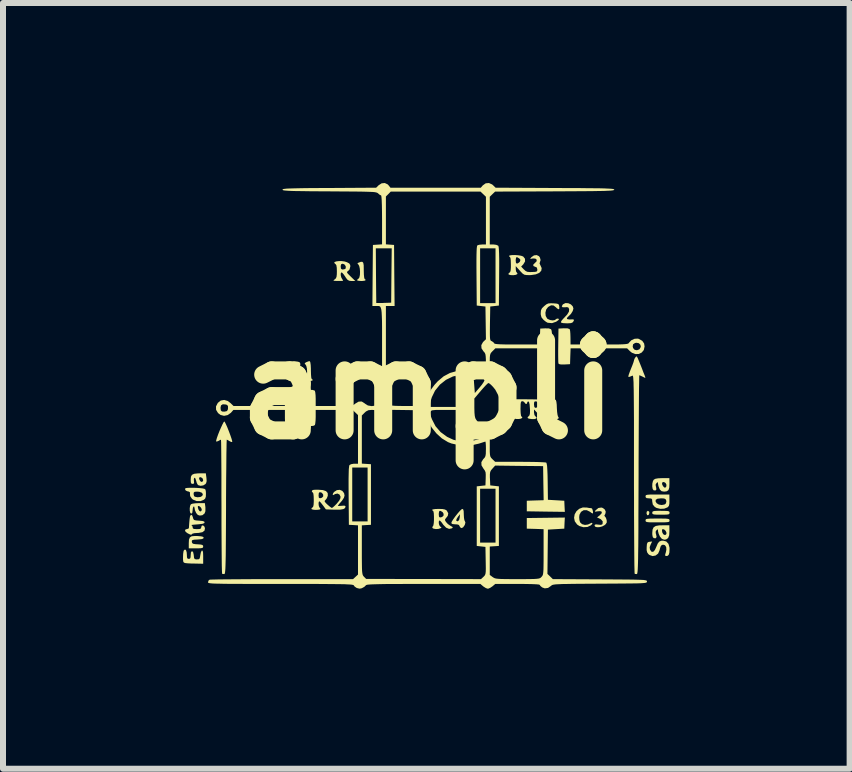
<source format=kicad_pcb>
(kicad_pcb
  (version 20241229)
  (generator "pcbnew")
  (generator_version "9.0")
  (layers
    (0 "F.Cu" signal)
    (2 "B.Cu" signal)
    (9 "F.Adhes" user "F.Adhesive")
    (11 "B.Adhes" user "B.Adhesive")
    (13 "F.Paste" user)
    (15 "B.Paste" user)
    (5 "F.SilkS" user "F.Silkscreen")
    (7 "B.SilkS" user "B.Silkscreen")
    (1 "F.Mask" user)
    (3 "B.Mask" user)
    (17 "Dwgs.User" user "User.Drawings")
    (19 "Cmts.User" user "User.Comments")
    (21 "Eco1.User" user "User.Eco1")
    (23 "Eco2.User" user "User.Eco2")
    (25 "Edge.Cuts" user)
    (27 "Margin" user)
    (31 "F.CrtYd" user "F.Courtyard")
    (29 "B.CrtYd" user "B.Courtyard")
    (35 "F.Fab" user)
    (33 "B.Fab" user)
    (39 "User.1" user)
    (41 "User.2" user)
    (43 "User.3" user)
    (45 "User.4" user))
  (footprint "ampli"
    (layer "F.Cu")
    (at 4.086 3.444)
    (property "Reference" "ampli" (at 0 0 0) (layer "F.SilkS") (effects (font (size 1.5 1.5) (thickness 0.3))))
    (attr board_only exclude_from_pos_files exclude_from_bom)
    (fp_poly (pts (xy 3.681 2.032) (xy 3.686 2.05) (xy 3.678 2.081) (xy 3.661 2.094) (xy 3.648 2.088) (xy 3.638 2.062) (xy 3.642 2.034) (xy 3.66 2.019) (xy 3.662 2.019)) (stroke (width 0) (type solid)) (fill yes) (layer "F.SilkS"))
    (fp_poly (pts (xy 3.947 2.02) (xy 3.989 2.022) (xy 4.012 2.028) (xy 4.021 2.039) (xy 4.022 2.051) (xy 4.02 2.066) (xy 4.009 2.076) (xy 3.982 2.081) (xy 3.935 2.083) (xy 3.878 2.083) (xy 3.81 2.083) (xy 3.767 2.08) (xy 3.744 2.074) (xy 3.735 2.064) (xy 3.734 2.051) (xy 3.736 2.036) (xy 3.748 2.027) (xy 3.774 2.021) (xy 3.821 2.019) (xy 3.878 2.019)) (stroke (width 0) (type solid)) (fill yes) (layer "F.SilkS"))
    (fp_poly (pts (xy 3.905 2.148) (xy 3.961 2.149) (xy 3.996 2.153) (xy 4.014 2.159) (xy 4.021 2.169) (xy 4.022 2.179) (xy 4.021 2.193) (xy 4.012 2.202) (xy 3.99 2.207) (xy 3.951 2.21) (xy 3.89 2.211) (xy 3.822 2.211) (xy 3.739 2.211) (xy 3.683 2.21) (xy 3.648 2.206) (xy 3.63 2.2) (xy 3.623 2.19) (xy 3.622 2.179) (xy 3.624 2.166) (xy 3.632 2.157) (xy 3.654 2.152) (xy 3.693 2.149) (xy 3.754 2.148) (xy 3.822 2.147)) (stroke (width 0) (type solid)) (fill yes) (layer "F.SilkS"))
    (fp_poly (pts (xy 2.128 0.174) (xy 2.136 0.201) (xy 2.142 0.25) (xy 2.144 0.304) (xy 2.148 0.368) (xy 2.155 0.418) (xy 2.163 0.447) (xy 2.166 0.45) (xy 2.176 0.471) (xy 2.173 0.478) (xy 2.149 0.491) (xy 2.11 0.492) (xy 2.071 0.484) (xy 2.049 0.47) (xy 2.041 0.453) (xy 2.057 0.449) (xy 2.071 0.444) (xy 2.079 0.424) (xy 2.083 0.384) (xy 2.083 0.33) (xy 2.081 0.257) (xy 2.072 0.215) (xy 2.063 0.203) (xy 2.056 0.191) (xy 2.069 0.176) (xy 2.094 0.165) (xy 2.115 0.164)) (stroke (width 0) (type solid)) (fill yes) (layer "F.SilkS"))
    (fp_poly (pts (xy -1.971 -0.473) (xy -1.964 -0.453) (xy -1.958 -0.41) (xy -1.955 -0.35) (xy -1.955 -0.32) (xy -1.953 -0.251) (xy -1.949 -0.202) (xy -1.942 -0.178) (xy -1.939 -0.176) (xy -1.923 -0.164) (xy -1.923 -0.16) (xy -1.937 -0.15) (xy -1.97 -0.145) (xy -2.009 -0.145) (xy -2.043 -0.15) (xy -2.058 -0.159) (xy -2.054 -0.176) (xy -2.043 -0.182) (xy -2.028 -0.203) (xy -2.02 -0.245) (xy -2.018 -0.298) (xy -2.021 -0.351) (xy -2.031 -0.395) (xy -2.044 -0.418) (xy -2.059 -0.434) (xy -2.049 -0.448) (xy -2.028 -0.46) (xy -1.993 -0.473)) (stroke (width 0) (type solid)) (fill yes) (layer "F.SilkS"))
    (fp_poly (pts (xy -1.096 -2.13) (xy -1.082 -2.113) (xy -1.075 -2.073) (xy -1.074 -2.006) (xy -1.074 -1.987) (xy -1.072 -1.918) (xy -1.067 -1.869) (xy -1.06 -1.845) (xy -1.058 -1.843) (xy -1.042 -1.831) (xy -1.042 -1.827) (xy -1.056 -1.817) (xy -1.092 -1.812) (xy -1.114 -1.811) (xy -1.157 -1.814) (xy -1.183 -1.821) (xy -1.186 -1.825) (xy -1.173 -1.843) (xy -1.162 -1.849) (xy -1.147 -1.87) (xy -1.138 -1.912) (xy -1.136 -1.965) (xy -1.14 -2.018) (xy -1.15 -2.062) (xy -1.163 -2.085) (xy -1.18 -2.102) (xy -1.169 -2.113) (xy -1.159 -2.117) (xy -1.121 -2.131)) (stroke (width 0) (type solid)) (fill yes) (layer "F.SilkS"))
    (fp_poly (pts (xy -3.843 2.439) (xy -3.785 2.444) (xy -3.753 2.452) (xy -3.742 2.465) (xy -3.742 2.468) (xy -3.75 2.482) (xy -3.778 2.491) (xy -3.832 2.496) (xy -3.843 2.497) (xy -3.898 2.5) (xy -3.928 2.506) (xy -3.939 2.517) (xy -3.939 2.536) (xy -3.939 2.537) (xy -3.933 2.557) (xy -3.914 2.569) (xy -3.877 2.575) (xy -3.842 2.577) (xy -3.789 2.581) (xy -3.761 2.589) (xy -3.751 2.602) (xy -3.75 2.613) (xy -3.753 2.629) (xy -3.766 2.638) (xy -3.797 2.643) (xy -3.851 2.644) (xy -3.87 2.644) (xy -3.99 2.644) (xy -3.99 2.558) (xy -3.987 2.499) (xy -3.972 2.462) (xy -3.942 2.443) (xy -3.888 2.438)) (stroke (width 0) (type solid)) (fill yes) (layer "F.SilkS"))
    (fp_poly (pts (xy -2.218 -0.473) (xy -2.168 -0.466) (xy -2.142 -0.456) (xy -2.133 -0.44) (xy -2.131 -0.416) (xy -2.136 -0.379) (xy -2.152 -0.371) (xy -2.181 -0.393) (xy -2.187 -0.401) (xy -2.23 -0.427) (xy -2.268 -0.433) (xy -2.306 -0.427) (xy -2.331 -0.405) (xy -2.346 -0.378) (xy -2.368 -0.318) (xy -2.367 -0.271) (xy -2.343 -0.23) (xy -2.297 -0.193) (xy -2.245 -0.186) (xy -2.206 -0.201) (xy -2.159 -0.22) (xy -2.133 -0.222) (xy -2.132 -0.209) (xy -2.157 -0.185) (xy -2.178 -0.172) (xy -2.25 -0.145) (xy -2.319 -0.15) (xy -2.384 -0.186) (xy -2.397 -0.199) (xy -2.44 -0.255) (xy -2.451 -0.312) (xy -2.432 -0.373) (xy -2.426 -0.384) (xy -2.378 -0.44) (xy -2.315 -0.47) (xy -2.235 -0.475)) (stroke (width 0) (type solid)) (fill yes) (layer "F.SilkS"))
    (fp_poly (pts (xy 2.642 1.964) (xy 2.685 1.972) (xy 2.716 1.974) (xy 2.718 1.974) (xy 2.733 1.985) (xy 2.743 2.018) (xy 2.744 2.019) (xy 2.747 2.054) (xy 2.74 2.064) (xy 2.717 2.051) (xy 2.697 2.035) (xy 2.642 2.008) (xy 2.59 2.009) (xy 2.547 2.036) (xy 2.521 2.084) (xy 2.516 2.124) (xy 2.52 2.172) (xy 2.531 2.21) (xy 2.532 2.211) (xy 2.564 2.241) (xy 2.612 2.254) (xy 2.663 2.247) (xy 2.686 2.236) (xy 2.722 2.219) (xy 2.738 2.222) (xy 2.73 2.242) (xy 2.71 2.261) (xy 2.654 2.288) (xy 2.587 2.292) (xy 2.521 2.273) (xy 2.482 2.247) (xy 2.443 2.194) (xy 2.431 2.136) (xy 2.441 2.077) (xy 2.471 2.025) (xy 2.517 1.985) (xy 2.576 1.963)) (stroke (width 0) (type solid)) (fill yes) (layer "F.SilkS"))
    (fp_poly (pts (xy 0.583 1.995) (xy 0.591 2.023) (xy 0.593 2.077) (xy 0.593 2.08) (xy 0.596 2.134) (xy 0.603 2.175) (xy 0.611 2.191) (xy 0.62 2.214) (xy 0.61 2.252) (xy 0.607 2.258) (xy 0.582 2.294) (xy 0.555 2.307) (xy 0.532 2.293) (xy 0.524 2.276) (xy 0.511 2.254) (xy 0.482 2.245) (xy 0.45 2.244) (xy 0.403 2.239) (xy 0.385 2.224) (xy 0.385 2.222) (xy 0.394 2.197) (xy 0.403 2.183) (xy 0.467 2.183) (xy 0.484 2.193) (xy 0.493 2.192) (xy 0.515 2.174) (xy 0.525 2.131) (xy 0.53 2.075) (xy 0.498 2.115) (xy 0.472 2.156) (xy 0.467 2.183) (xy 0.403 2.183) (xy 0.419 2.157) (xy 0.454 2.109) (xy 0.492 2.061) (xy 0.528 2.02) (xy 0.557 1.993) (xy 0.569 1.987)) (stroke (width 0) (type solid)) (fill yes) (layer "F.SilkS"))
    (fp_poly (pts (xy 2.334 -1.441) (xy 2.378 -1.421) (xy 2.41 -1.387) (xy 2.42 -1.352) (xy 2.408 -1.31) (xy 2.379 -1.263) (xy 2.339 -1.223) (xy 2.336 -1.221) (xy 2.311 -1.194) (xy 2.315 -1.177) (xy 2.349 -1.17) (xy 2.36 -1.17) (xy 2.406 -1.172) (xy 2.427 -1.168) (xy 2.428 -1.154) (xy 2.42 -1.138) (xy 2.404 -1.119) (xy 2.377 -1.109) (xy 2.33 -1.106) (xy 2.307 -1.106) (xy 2.247 -1.109) (xy 2.217 -1.117) (xy 2.211 -1.126) (xy 2.222 -1.149) (xy 2.249 -1.181) (xy 2.261 -1.193) (xy 2.316 -1.252) (xy 2.345 -1.3) (xy 2.349 -1.341) (xy 2.347 -1.347) (xy 2.335 -1.37) (xy 2.31 -1.376) (xy 2.282 -1.373) (xy 2.241 -1.373) (xy 2.226 -1.388) (xy 2.24 -1.416) (xy 2.247 -1.423) (xy 2.286 -1.443)) (stroke (width 0) (type solid)) (fill yes) (layer "F.SilkS"))
    (fp_poly (pts (xy 2.906 1.97) (xy 2.943 1.997) (xy 2.959 2.034) (xy 2.951 2.072) (xy 2.947 2.077) (xy 2.935 2.101) (xy 2.945 2.113) (xy 2.962 2.136) (xy 2.974 2.174) (xy 2.976 2.212) (xy 2.958 2.241) (xy 2.94 2.257) (xy 2.9 2.279) (xy 2.853 2.291) (xy 2.811 2.292) (xy 2.781 2.282) (xy 2.772 2.266) (xy 2.778 2.249) (xy 2.801 2.245) (xy 2.835 2.249) (xy 2.879 2.253) (xy 2.901 2.244) (xy 2.906 2.235) (xy 2.908 2.194) (xy 2.879 2.161) (xy 2.857 2.149) (xy 2.814 2.129) (xy 2.86 2.093) (xy 2.891 2.059) (xy 2.893 2.035) (xy 2.867 2.024) (xy 2.824 2.027) (xy 2.787 2.033) (xy 2.777 2.029) (xy 2.787 2.013) (xy 2.788 2.012) (xy 2.835 1.972) (xy 2.885 1.964)) (stroke (width 0) (type solid)) (fill yes) (layer "F.SilkS"))
    (fp_poly (pts (xy -3.713 1.959) (xy -3.713 2.026) (xy -3.727 2.063) (xy -3.763 2.092) (xy -3.808 2.098) (xy -3.84 2.087) (xy -3.867 2.055) (xy -3.888 2.008) (xy -3.894 1.971) (xy -3.897 1.961) (xy -3.839 1.961) (xy -3.83 1.994) (xy -3.811 2.024) (xy -3.789 2.029) (xy -3.775 2.01) (xy -3.774 1.996) (xy -3.784 1.969) (xy -3.806 1.946) (xy -3.829 1.938) (xy -3.838 1.941) (xy -3.839 1.961) (xy -3.897 1.961) (xy -3.9 1.948) (xy -3.91 1.947) (xy -3.921 1.968) (xy -3.926 2.007) (xy -3.926 2.012) (xy -3.932 2.053) (xy -3.949 2.067) (xy -3.95 2.067) (xy -3.965 2.053) (xy -3.973 2.019) (xy -3.974 1.977) (xy -3.968 1.936) (xy -3.955 1.91) (xy -3.929 1.9) (xy -3.879 1.893) (xy -3.829 1.891) (xy -3.722 1.891)) (stroke (width 0) (type solid)) (fill yes) (layer "F.SilkS"))
    (fp_poly (pts (xy -3.696 1.469) (xy -3.692 1.523) (xy -3.701 1.557) (xy -3.712 1.573) (xy -3.748 1.595) (xy -3.793 1.602) (xy -3.831 1.592) (xy -3.842 1.582) (xy -3.857 1.553) (xy -3.869 1.511) (xy -3.87 1.51) (xy -3.881 1.477) (xy -3.882 1.477) (xy -3.819 1.477) (xy -3.811 1.504) (xy -3.794 1.529) (xy -3.774 1.538) (xy -3.754 1.525) (xy -3.75 1.506) (xy -3.763 1.474) (xy -3.792 1.458) (xy -3.812 1.461) (xy -3.819 1.477) (xy -3.882 1.477) (xy -3.895 1.467) (xy -3.897 1.468) (xy -3.906 1.489) (xy -3.904 1.524) (xy -3.901 1.557) (xy -3.914 1.569) (xy -3.927 1.57) (xy -3.946 1.566) (xy -3.956 1.545) (xy -3.958 1.502) (xy -3.958 1.499) (xy -3.954 1.45) (xy -3.937 1.419) (xy -3.901 1.402) (xy -3.842 1.395) (xy -3.801 1.394) (xy -3.706 1.394)) (stroke (width 0) (type solid)) (fill yes) (layer "F.SilkS"))
    (fp_poly (pts (xy 4.02 1.566) (xy 4.017 1.632) (xy 4.004 1.673) (xy 3.976 1.693) (xy 3.933 1.699) (xy 3.89 1.692) (xy 3.863 1.667) (xy 3.854 1.651) (xy 3.837 1.607) (xy 3.831 1.573) (xy 3.897 1.573) (xy 3.911 1.604) (xy 3.934 1.631) (xy 3.958 1.629) (xy 3.966 1.618) (xy 3.971 1.586) (xy 3.956 1.555) (xy 3.929 1.539) (xy 3.925 1.538) (xy 3.899 1.547) (xy 3.897 1.573) (xy 3.831 1.573) (xy 3.83 1.568) (xy 3.828 1.543) (xy 3.815 1.547) (xy 3.805 1.556) (xy 3.789 1.584) (xy 3.796 1.621) (xy 3.797 1.623) (xy 3.803 1.662) (xy 3.788 1.68) (xy 3.757 1.677) (xy 3.741 1.655) (xy 3.734 1.615) (xy 3.735 1.567) (xy 3.745 1.524) (xy 3.759 1.5) (xy 3.786 1.485) (xy 3.832 1.477) (xy 3.902 1.474) (xy 4.019 1.474)) (stroke (width 0) (type solid)) (fill yes) (layer "F.SilkS"))
    (fp_poly (pts (xy -3.939 1.635) (xy -3.872 1.636) (xy -3.808 1.64) (xy -3.764 1.645) (xy -3.729 1.652) (xy -3.712 1.665) (xy -3.706 1.694) (xy -3.704 1.732) (xy -3.706 1.783) (xy -3.717 1.815) (xy -3.738 1.834) (xy -3.795 1.857) (xy -3.86 1.856) (xy -3.918 1.833) (xy -3.937 1.818) (xy -3.967 1.774) (xy -3.97 1.739) (xy -3.97 1.737) (xy -3.91 1.737) (xy -3.903 1.77) (xy -3.89 1.784) (xy -3.843 1.793) (xy -3.797 1.788) (xy -3.766 1.771) (xy -3.755 1.741) (xy -3.773 1.717) (xy -3.813 1.702) (xy -3.848 1.699) (xy -3.889 1.701) (xy -3.906 1.712) (xy -3.91 1.737) (xy -3.91 1.737) (xy -3.97 1.737) (xy -3.971 1.709) (xy -3.992 1.697) (xy -4.005 1.696) (xy -4.039 1.682) (xy -4.051 1.663) (xy -4.051 1.648) (xy -4.037 1.64) (xy -4.004 1.636) (xy -3.947 1.635)) (stroke (width 0) (type solid)) (fill yes) (layer "F.SilkS"))
    (fp_poly (pts (xy 4.02 1.842) (xy 4.019 1.899) (xy 4.012 1.933) (xy 3.997 1.954) (xy 3.986 1.962) (xy 3.933 1.983) (xy 3.868 1.986) (xy 3.806 1.971) (xy 3.776 1.954) (xy 3.743 1.915) (xy 3.734 1.866) (xy 3.734 1.865) (xy 3.79 1.865) (xy 3.808 1.893) (xy 3.845 1.915) (xy 3.892 1.922) (xy 3.937 1.914) (xy 3.958 1.9) (xy 3.969 1.867) (xy 3.966 1.844) (xy 3.954 1.823) (xy 3.929 1.813) (xy 3.88 1.811) (xy 3.879 1.811) (xy 3.821 1.817) (xy 3.791 1.836) (xy 3.79 1.865) (xy 3.734 1.865) (xy 3.731 1.829) (xy 3.717 1.814) (xy 3.681 1.811) (xy 3.678 1.811) (xy 3.639 1.807) (xy 3.624 1.793) (xy 3.622 1.779) (xy 3.624 1.765) (xy 3.633 1.756) (xy 3.654 1.751) (xy 3.693 1.748) (xy 3.755 1.747) (xy 3.82 1.747) (xy 4.019 1.747)) (stroke (width 0) (type solid)) (fill yes) (layer "F.SilkS"))
    (fp_poly (pts (xy 4.02 2.355) (xy 4.016 2.427) (xy 3.998 2.473) (xy 3.964 2.496) (xy 3.933 2.5) (xy 3.894 2.486) (xy 3.862 2.448) (xy 3.841 2.402) (xy 3.83 2.36) (xy 3.83 2.356) (xy 3.83 2.349) (xy 3.896 2.349) (xy 3.901 2.379) (xy 3.917 2.409) (xy 3.942 2.422) (xy 3.963 2.416) (xy 3.972 2.392) (xy 3.971 2.385) (xy 3.958 2.354) (xy 3.934 2.331) (xy 3.909 2.323) (xy 3.901 2.327) (xy 3.896 2.349) (xy 3.83 2.349) (xy 3.828 2.329) (xy 3.817 2.331) (xy 3.805 2.341) (xy 3.79 2.367) (xy 3.794 2.401) (xy 3.798 2.412) (xy 3.806 2.454) (xy 3.793 2.476) (xy 3.762 2.475) (xy 3.761 2.475) (xy 3.743 2.458) (xy 3.735 2.42) (xy 3.734 2.389) (xy 3.739 2.331) (xy 3.757 2.293) (xy 3.792 2.271) (xy 3.851 2.261) (xy 3.906 2.26) (xy 4.019 2.26)) (stroke (width 0) (type solid)) (fill yes) (layer "F.SilkS"))
    (fp_poly (pts (xy 2.084 -1.439) (xy 2.136 -1.435) (xy 2.165 -1.428) (xy 2.178 -1.414) (xy 2.184 -1.389) (xy 2.185 -1.35) (xy 2.172 -1.339) (xy 2.144 -1.357) (xy 2.131 -1.371) (xy 2.089 -1.403) (xy 2.048 -1.406) (xy 2.001 -1.38) (xy 1.997 -1.377) (xy 1.966 -1.336) (xy 1.953 -1.282) (xy 1.958 -1.229) (xy 1.982 -1.186) (xy 1.991 -1.179) (xy 2.031 -1.161) (xy 2.075 -1.154) (xy 2.111 -1.16) (xy 2.123 -1.17) (xy 2.143 -1.183) (xy 2.167 -1.185) (xy 2.179 -1.174) (xy 2.179 -1.173) (xy 2.167 -1.157) (xy 2.137 -1.136) (xy 2.133 -1.133) (xy 2.064 -1.109) (xy 1.995 -1.115) (xy 1.987 -1.117) (xy 1.96 -1.133) (xy 1.924 -1.162) (xy 1.919 -1.167) (xy 1.888 -1.205) (xy 1.876 -1.251) (xy 1.875 -1.275) (xy 1.879 -1.322) (xy 1.896 -1.357) (xy 1.933 -1.393) (xy 1.969 -1.422) (xy 2.001 -1.437) (xy 2.043 -1.44)) (stroke (width 0) (type solid)) (fill yes) (layer "F.SilkS"))
    (fp_poly (pts (xy -4.036 2.675) (xy -4.025 2.71) (xy -4.022 2.749) (xy -4.02 2.794) (xy -4.011 2.815) (xy -3.992 2.82) (xy -3.99 2.82) (xy -3.969 2.815) (xy -3.96 2.793) (xy -3.958 2.756) (xy -3.954 2.711) (xy -3.94 2.693) (xy -3.935 2.692) (xy -3.918 2.706) (xy -3.908 2.75) (xy -3.907 2.76) (xy -3.902 2.803) (xy -3.891 2.823) (xy -3.867 2.828) (xy -3.854 2.828) (xy -3.824 2.826) (xy -3.808 2.812) (xy -3.801 2.779) (xy -3.798 2.758) (xy -3.789 2.713) (xy -3.776 2.685) (xy -3.77 2.68) (xy -3.759 2.686) (xy -3.752 2.714) (xy -3.75 2.77) (xy -3.75 2.787) (xy -3.75 2.901) (xy -3.882 2.898) (xy -3.949 2.897) (xy -4.007 2.894) (xy -4.045 2.89) (xy -4.05 2.889) (xy -4.071 2.882) (xy -4.082 2.865) (xy -4.086 2.829) (xy -4.086 2.791) (xy -4.084 2.737) (xy -4.078 2.695) (xy -4.072 2.678) (xy -4.053 2.663)) (stroke (width 0) (type solid)) (fill yes) (layer "F.SilkS"))
    (fp_poly (pts (xy 3.968 2.53) (xy 4.004 2.569) (xy 4.021 2.63) (xy 4.022 2.651) (xy 4.019 2.716) (xy 4.007 2.754) (xy 3.985 2.771) (xy 3.971 2.772) (xy 3.948 2.766) (xy 3.95 2.744) (xy 3.961 2.708) (xy 3.969 2.667) (xy 3.966 2.623) (xy 3.946 2.592) (xy 3.914 2.583) (xy 3.902 2.586) (xy 3.884 2.596) (xy 3.872 2.616) (xy 3.861 2.654) (xy 3.855 2.679) (xy 3.831 2.732) (xy 3.789 2.764) (xy 3.739 2.773) (xy 3.688 2.755) (xy 3.669 2.74) (xy 3.649 2.711) (xy 3.64 2.674) (xy 3.641 2.623) (xy 3.645 2.574) (xy 3.654 2.549) (xy 3.671 2.538) (xy 3.689 2.535) (xy 3.732 2.53) (xy 3.707 2.581) (xy 3.691 2.624) (xy 3.695 2.659) (xy 3.7 2.671) (xy 3.723 2.702) (xy 3.75 2.702) (xy 3.777 2.673) (xy 3.801 2.621) (xy 3.825 2.564) (xy 3.85 2.532) (xy 3.883 2.518) (xy 3.914 2.516)) (stroke (width 0) (type solid)) (fill yes) (layer "F.SilkS"))
    (fp_poly (pts (xy -3.935 2.093) (xy -3.921 2.128) (xy -3.921 2.131) (xy -3.913 2.157) (xy -3.899 2.172) (xy -3.869 2.179) (xy -3.819 2.183) (xy -3.763 2.188) (xy -3.734 2.197) (xy -3.726 2.211) (xy -3.734 2.225) (xy -3.761 2.235) (xy -3.813 2.242) (xy -3.846 2.245) (xy -3.9 2.249) (xy -3.936 2.253) (xy -3.948 2.256) (xy -3.946 2.257) (xy -3.93 2.273) (xy -3.926 2.292) (xy -3.921 2.312) (xy -3.902 2.321) (xy -3.859 2.324) (xy -3.854 2.324) (xy -3.809 2.322) (xy -3.788 2.313) (xy -3.782 2.294) (xy -3.782 2.29) (xy -3.773 2.266) (xy -3.753 2.262) (xy -3.732 2.278) (xy -3.72 2.307) (xy -3.728 2.349) (xy -3.763 2.375) (xy -3.826 2.387) (xy -3.848 2.388) (xy -3.895 2.391) (xy -3.927 2.399) (xy -3.934 2.404) (xy -3.946 2.416) (xy -3.965 2.415) (xy -4 2.398) (xy -4.01 2.393) (xy -4.043 2.368) (xy -4.053 2.344) (xy -4.041 2.327) (xy -4.022 2.324) (xy -3.995 2.315) (xy -3.988 2.304) (xy -3.986 2.277) (xy -3.983 2.231) (xy -3.981 2.205) (xy -3.976 2.154) (xy -3.97 2.115) (xy -3.967 2.105) (xy -3.952 2.084)) (stroke (width 0) (type solid)) (fill yes) (layer "F.SilkS"))
    (fp_poly (pts (xy -2.224 0.003) (xy -2.204 0.013) (xy -2.191 0.034) (xy -2.184 0.07) (xy -2.181 0.125) (xy -2.181 0.204) (xy -2.182 0.311) (xy -2.183 0.337) (xy -2.187 0.601) (xy -2.276 0.606) (xy -2.327 0.606) (xy -2.364 0.603) (xy -2.376 0.599) (xy -2.382 0.579) (xy -2.386 0.535) (xy -2.388 0.476) (xy -2.388 0.462) (xy -2.388 0.337) (xy -2.817 0.337) (xy -3.246 0.337) (xy -3.288 0.385) (xy -3.341 0.423) (xy -3.402 0.436) (xy -3.461 0.421) (xy -3.502 0.39) (xy -3.535 0.336) (xy -3.536 0.301) (xy -3.461 0.301) (xy -3.456 0.345) (xy -3.436 0.364) (xy -3.394 0.366) (xy -3.39 0.365) (xy -3.355 0.357) (xy -3.34 0.335) (xy -3.336 0.309) (xy -3.337 0.272) (xy -3.353 0.254) (xy -3.372 0.247) (xy -3.423 0.243) (xy -3.453 0.262) (xy -3.461 0.301) (xy -3.536 0.301) (xy -3.536 0.278) (xy -3.506 0.22) (xy -3.505 0.219) (xy -3.457 0.181) (xy -3.4 0.171) (xy -3.339 0.189) (xy -3.295 0.223) (xy -3.244 0.272) (xy -2.816 0.272) (xy -2.389 0.272) (xy -2.384 0.14) (xy -2.38 0.008) (xy -2.288 0.003) (xy -2.251 0.001)) (stroke (width 0) (type solid)) (fill yes) (layer "F.SilkS"))
    (fp_poly (pts (xy -1.441 -2.143) (xy -1.392 -2.136) (xy -1.354 -2.124) (xy -1.316 -2.104) (xy -1.3 -2.078) (xy -1.298 -2.053) (xy -1.311 -2.003) (xy -1.332 -1.981) (xy -1.349 -1.968) (xy -1.353 -1.954) (xy -1.34 -1.934) (xy -1.308 -1.902) (xy -1.29 -1.884) (xy -1.215 -1.811) (xy -1.277 -1.811) (xy -1.315 -1.815) (xy -1.342 -1.829) (xy -1.369 -1.861) (xy -1.383 -1.884) (xy -1.411 -1.924) (xy -1.435 -1.95) (xy -1.444 -1.955) (xy -1.456 -1.942) (xy -1.458 -1.911) (xy -1.45 -1.874) (xy -1.434 -1.843) (xy -1.432 -1.84) (xy -1.419 -1.824) (xy -1.422 -1.815) (xy -1.446 -1.812) (xy -1.496 -1.812) (xy -1.5 -1.812) (xy -1.552 -1.813) (xy -1.576 -1.816) (xy -1.577 -1.823) (xy -1.56 -1.837) (xy -1.558 -1.838) (xy -1.539 -1.855) (xy -1.528 -1.88) (xy -1.523 -1.921) (xy -1.522 -1.972) (xy -1.524 -2.034) (xy -1.527 -2.051) (xy -1.458 -2.051) (xy -1.454 -2.017) (xy -1.436 -2.004) (xy -1.42 -2.003) (xy -1.387 -2.01) (xy -1.374 -2.023) (xy -1.375 -2.059) (xy -1.398 -2.089) (xy -1.427 -2.099) (xy -1.45 -2.091) (xy -1.458 -2.063) (xy -1.458 -2.051) (xy -1.527 -2.051) (xy -1.53 -2.072) (xy -1.543 -2.092) (xy -1.55 -2.097) (xy -1.567 -2.114) (xy -1.558 -2.128) (xy -1.53 -2.138) (xy -1.489 -2.143)) (stroke (width 0) (type solid)) (fill yes) (layer "F.SilkS"))
    (fp_poly (pts (xy 2.321 -1.022) (xy 2.354 -1.011) (xy 2.358 -1.007) (xy 2.365 -0.981) (xy 2.369 -0.933) (xy 2.371 -0.873) (xy 2.371 -0.869) (xy 2.372 -0.753) (xy 2.852 -0.753) (xy 2.989 -0.753) (xy 3.097 -0.754) (xy 3.18 -0.754) (xy 3.241 -0.756) (xy 3.285 -0.759) (xy 3.314 -0.763) (xy 3.331 -0.768) (xy 3.342 -0.775) (xy 3.348 -0.784) (xy 3.35 -0.787) (xy 3.386 -0.824) (xy 3.438 -0.848) (xy 3.492 -0.851) (xy 3.509 -0.847) (xy 3.567 -0.814) (xy 3.598 -0.77) (xy 3.606 -0.721) (xy 3.593 -0.661) (xy 3.558 -0.619) (xy 3.509 -0.595) (xy 3.452 -0.593) (xy 3.394 -0.616) (xy 3.363 -0.641) (xy 3.315 -0.689) (xy 2.844 -0.689) (xy 2.373 -0.689) (xy 2.368 -0.557) (xy 2.364 -0.425) (xy 2.271 -0.42) (xy 2.212 -0.42) (xy 2.18 -0.427) (xy 2.171 -0.436) (xy 2.168 -0.459) (xy 2.167 -0.508) (xy 2.166 -0.577) (xy 2.166 -0.662) (xy 2.167 -0.718) (xy 3.408 -0.718) (xy 3.415 -0.693) (xy 3.44 -0.665) (xy 3.478 -0.657) (xy 3.516 -0.671) (xy 3.522 -0.676) (xy 3.543 -0.713) (xy 3.537 -0.748) (xy 3.511 -0.774) (xy 3.471 -0.782) (xy 3.447 -0.778) (xy 3.414 -0.756) (xy 3.408 -0.718) (xy 2.167 -0.718) (xy 2.167 -0.738) (xy 2.171 -1.018) (xy 2.258 -1.023)) (stroke (width 0) (type solid)) (fill yes) (layer "F.SilkS"))
    (fp_poly (pts (xy 0.238 1.989) (xy 0.279 1.997) (xy 0.305 2.011) (xy 0.31 2.016) (xy 0.334 2.06) (xy 0.326 2.103) (xy 0.303 2.132) (xy 0.281 2.159) (xy 0.282 2.181) (xy 0.296 2.204) (xy 0.328 2.239) (xy 0.371 2.269) (xy 0.371 2.269) (xy 0.403 2.287) (xy 0.409 2.3) (xy 0.394 2.311) (xy 0.348 2.32) (xy 0.299 2.3) (xy 0.253 2.253) (xy 0.246 2.243) (xy 0.219 2.206) (xy 0.197 2.183) (xy 0.19 2.179) (xy 0.178 2.192) (xy 0.176 2.221) (xy 0.183 2.255) (xy 0.198 2.279) (xy 0.204 2.283) (xy 0.222 2.294) (xy 0.211 2.306) (xy 0.208 2.308) (xy 0.172 2.32) (xy 0.128 2.323) (xy 0.089 2.316) (xy 0.07 2.305) (xy 0.07 2.284) (xy 0.077 2.279) (xy 0.086 2.262) (xy 0.093 2.223) (xy 0.096 2.171) (xy 0.096 2.116) (xy 0.094 2.075) (xy 0.176 2.075) (xy 0.18 2.116) (xy 0.195 2.13) (xy 0.228 2.123) (xy 0.231 2.122) (xy 0.255 2.1) (xy 0.257 2.07) (xy 0.24 2.04) (xy 0.208 2.021) (xy 0.191 2.019) (xy 0.181 2.033) (xy 0.176 2.068) (xy 0.176 2.075) (xy 0.094 2.075) (xy 0.094 2.066) (xy 0.088 2.031) (xy 0.08 2.019) (xy 0.065 2.007) (xy 0.064 2.003) (xy 0.079 1.995) (xy 0.118 1.989) (xy 0.174 1.987)) (stroke (width 0) (type solid)) (fill yes) (layer "F.SilkS"))
    (fp_poly (pts (xy -3.387 0.543) (xy -3.369 0.58) (xy -3.346 0.632) (xy -3.322 0.693) (xy -3.299 0.754) (xy -3.28 0.809) (xy -3.268 0.85) (xy -3.265 0.87) (xy -3.265 0.87) (xy -3.282 0.872) (xy -3.31 0.858) (xy -3.34 0.84) (xy -3.357 0.833) (xy -3.358 0.849) (xy -3.36 0.894) (xy -3.361 0.966) (xy -3.363 1.062) (xy -3.364 1.18) (xy -3.365 1.318) (xy -3.367 1.472) (xy -3.368 1.64) (xy -3.369 1.819) (xy -3.369 1.951) (xy -3.37 2.169) (xy -3.371 2.357) (xy -3.372 2.517) (xy -3.373 2.652) (xy -3.374 2.764) (xy -3.376 2.854) (xy -3.378 2.925) (xy -3.38 2.979) (xy -3.383 3.019) (xy -3.386 3.046) (xy -3.39 3.063) (xy -3.394 3.071) (xy -3.398 3.073) (xy -3.427 3.071) (xy -3.434 3.067) (xy -3.436 3.049) (xy -3.438 3.002) (xy -3.44 2.928) (xy -3.441 2.83) (xy -3.442 2.711) (xy -3.443 2.572) (xy -3.444 2.417) (xy -3.445 2.249) (xy -3.445 2.069) (xy -3.445 1.944) (xy -3.446 1.759) (xy -3.446 1.583) (xy -3.446 1.42) (xy -3.447 1.271) (xy -3.448 1.14) (xy -3.449 1.028) (xy -3.45 0.94) (xy -3.451 0.876) (xy -3.453 0.84) (xy -3.454 0.833) (xy -3.472 0.841) (xy -3.493 0.853) (xy -3.521 0.864) (xy -3.534 0.863) (xy -3.533 0.844) (xy -3.521 0.803) (xy -3.502 0.749) (xy -3.478 0.688) (xy -3.452 0.629) (xy -3.428 0.577) (xy -3.409 0.541) (xy -3.397 0.529)) (stroke (width 0) (type solid)) (fill yes) (layer "F.SilkS"))
    (fp_poly (pts (xy 3.478 -0.551) (xy 3.493 -0.524) (xy 3.501 -0.504) (xy 3.522 -0.453) (xy 3.548 -0.389) (xy 3.565 -0.345) (xy 3.586 -0.289) (xy 3.605 -0.243) (xy 3.614 -0.219) (xy 3.62 -0.2) (xy 3.611 -0.198) (xy 3.582 -0.212) (xy 3.577 -0.215) (xy 3.541 -0.232) (xy 3.52 -0.24) (xy 3.518 -0.24) (xy 3.517 -0.225) (xy 3.516 -0.179) (xy 3.515 -0.106) (xy 3.513 -0.006) (xy 3.512 0.116) (xy 3.511 0.261) (xy 3.51 0.424) (xy 3.509 0.605) (xy 3.508 0.801) (xy 3.507 1.01) (xy 3.506 1.23) (xy 3.506 1.414) (xy 3.505 1.682) (xy 3.504 1.92) (xy 3.503 2.13) (xy 3.503 2.313) (xy 3.502 2.471) (xy 3.501 2.606) (xy 3.499 2.719) (xy 3.498 2.813) (xy 3.496 2.889) (xy 3.494 2.949) (xy 3.492 2.995) (xy 3.489 3.029) (xy 3.486 3.051) (xy 3.483 3.065) (xy 3.479 3.072) (xy 3.477 3.073) (xy 3.448 3.071) (xy 3.441 3.067) (xy 3.439 3.049) (xy 3.438 3.002) (xy 3.436 2.927) (xy 3.435 2.827) (xy 3.434 2.703) (xy 3.433 2.557) (xy 3.432 2.392) (xy 3.431 2.211) (xy 3.43 2.014) (xy 3.43 1.804) (xy 3.429 1.584) (xy 3.429 1.406) (xy 3.429 1.138) (xy 3.429 0.9) (xy 3.429 0.69) (xy 3.429 0.508) (xy 3.428 0.35) (xy 3.427 0.216) (xy 3.426 0.103) (xy 3.425 0.01) (xy 3.423 -0.064) (xy 3.422 -0.123) (xy 3.419 -0.167) (xy 3.417 -0.199) (xy 3.414 -0.219) (xy 3.411 -0.231) (xy 3.407 -0.234) (xy 3.405 -0.234) (xy 3.368 -0.219) (xy 3.357 -0.215) (xy 3.341 -0.211) (xy 3.335 -0.22) (xy 3.341 -0.247) (xy 3.358 -0.295) (xy 3.381 -0.353) (xy 3.404 -0.41) (xy 3.421 -0.457) (xy 3.429 -0.485) (xy 3.429 -0.488) (xy 3.438 -0.515) (xy 3.452 -0.537) (xy 3.467 -0.554)) (stroke (width 0) (type solid)) (fill yes) (layer "F.SilkS"))
    (fp_poly (pts (xy 1.5 -2.24) (xy 1.548 -2.232) (xy 1.581 -2.22) (xy 1.583 -2.219) (xy 1.613 -2.182) (xy 1.614 -2.137) (xy 1.585 -2.089) (xy 1.584 -2.088) (xy 1.549 -2.051) (xy 1.593 -2.005) (xy 1.623 -1.978) (xy 1.653 -1.964) (xy 1.697 -1.96) (xy 1.728 -1.961) (xy 1.78 -1.963) (xy 1.807 -1.969) (xy 1.817 -1.983) (xy 1.819 -2.003) (xy 1.81 -2.036) (xy 1.783 -2.048) (xy 1.753 -2.061) (xy 1.751 -2.084) (xy 1.778 -2.111) (xy 1.779 -2.112) (xy 1.807 -2.14) (xy 1.808 -2.166) (xy 1.786 -2.184) (xy 1.745 -2.187) (xy 1.728 -2.184) (xy 1.703 -2.179) (xy 1.702 -2.186) (xy 1.721 -2.209) (xy 1.763 -2.238) (xy 1.808 -2.243) (xy 1.846 -2.225) (xy 1.862 -2.202) (xy 1.873 -2.16) (xy 1.864 -2.133) (xy 1.856 -2.102) (xy 1.869 -2.075) (xy 1.891 -2.026) (xy 1.884 -1.982) (xy 1.85 -1.946) (xy 1.793 -1.922) (xy 1.713 -1.91) (xy 1.693 -1.909) (xy 1.639 -1.91) (xy 1.603 -1.916) (xy 1.574 -1.934) (xy 1.54 -1.969) (xy 1.527 -1.984) (xy 1.459 -2.059) (xy 1.459 -2.008) (xy 1.464 -1.971) (xy 1.477 -1.952) (xy 1.477 -1.951) (xy 1.488 -1.935) (xy 1.484 -1.926) (xy 1.461 -1.914) (xy 1.421 -1.908) (xy 1.378 -1.909) (xy 1.346 -1.917) (xy 1.338 -1.923) (xy 1.341 -1.941) (xy 1.353 -1.949) (xy 1.366 -1.961) (xy 1.374 -1.988) (xy 1.378 -2.038) (xy 1.378 -2.085) (xy 1.376 -2.148) (xy 1.376 -2.154) (xy 1.458 -2.154) (xy 1.462 -2.116) (xy 1.474 -2.102) (xy 1.485 -2.102) (xy 1.514 -2.119) (xy 1.529 -2.136) (xy 1.537 -2.163) (xy 1.519 -2.186) (xy 1.515 -2.188) (xy 1.482 -2.208) (xy 1.465 -2.203) (xy 1.459 -2.169) (xy 1.458 -2.154) (xy 1.376 -2.154) (xy 1.371 -2.192) (xy 1.363 -2.211) (xy 1.362 -2.211) (xy 1.347 -2.224) (xy 1.346 -2.228) (xy 1.36 -2.238) (xy 1.397 -2.243) (xy 1.446 -2.244)) (stroke (width 0) (type solid)) (fill yes) (layer "F.SilkS"))
    (fp_poly (pts (xy 1.716 0.161) (xy 1.789 0.162) (xy 1.84 0.164) (xy 1.874 0.169) (xy 1.895 0.176) (xy 1.909 0.186) (xy 1.913 0.19) (xy 1.931 0.229) (xy 1.928 0.271) (xy 1.906 0.304) (xy 1.889 0.313) (xy 1.866 0.324) (xy 1.863 0.341) (xy 1.882 0.367) (xy 1.924 0.407) (xy 1.958 0.442) (xy 1.977 0.47) (xy 1.979 0.481) (xy 1.956 0.496) (xy 1.92 0.484) (xy 1.872 0.445) (xy 1.841 0.413) (xy 1.763 0.329) (xy 1.763 0.38) (xy 1.771 0.424) (xy 1.789 0.446) (xy 1.808 0.465) (xy 1.8 0.481) (xy 1.769 0.49) (xy 1.729 0.49) (xy 1.677 0.483) (xy 1.655 0.471) (xy 1.662 0.453) (xy 1.673 0.444) (xy 1.688 0.427) (xy 1.695 0.398) (xy 1.697 0.349) (xy 1.695 0.313) (xy 1.69 0.247) (xy 1.763 0.247) (xy 1.769 0.29) (xy 1.789 0.304) (xy 1.824 0.291) (xy 1.824 0.29) (xy 1.841 0.264) (xy 1.838 0.23) (xy 1.818 0.203) (xy 1.799 0.195) (xy 1.775 0.196) (xy 1.765 0.213) (xy 1.763 0.247) (xy 1.69 0.247) (xy 1.69 0.247) (xy 1.68 0.207) (xy 1.671 0.196) (xy 1.653 0.203) (xy 1.651 0.215) (xy 1.642 0.237) (xy 1.623 0.236) (xy 1.608 0.216) (xy 1.586 0.196) (xy 1.569 0.192) (xy 1.554 0.195) (xy 1.545 0.209) (xy 1.54 0.24) (xy 1.539 0.293) (xy 1.538 0.321) (xy 1.541 0.391) (xy 1.547 0.434) (xy 1.556 0.449) (xy 1.568 0.46) (xy 1.566 0.469) (xy 1.548 0.482) (xy 1.511 0.489) (xy 1.47 0.489) (xy 1.438 0.482) (xy 1.431 0.475) (xy 1.433 0.456) (xy 1.439 0.452) (xy 1.45 0.432) (xy 1.457 0.382) (xy 1.458 0.319) (xy 1.458 0.256) (xy 1.455 0.218) (xy 1.447 0.199) (xy 1.434 0.193) (xy 1.426 0.192) (xy 1.395 0.203) (xy 1.384 0.216) (xy 1.368 0.239) (xy 1.353 0.233) (xy 1.346 0.201) (xy 1.346 0.2) (xy 1.346 0.16) (xy 1.616 0.16)) (stroke (width 0) (type solid)) (fill yes) (layer "F.SilkS"))
    (fp_poly (pts (xy -1.756 1.673) (xy -1.702 1.691) (xy -1.675 1.722) (xy -1.673 1.767) (xy -1.689 1.809) (xy -1.711 1.837) (xy -1.725 1.852) (xy -1.724 1.867) (xy -1.703 1.892) (xy -1.679 1.915) (xy -1.642 1.947) (xy -1.614 1.967) (xy -1.605 1.971) (xy -1.587 1.96) (xy -1.556 1.932) (xy -1.523 1.898) (xy -1.483 1.849) (xy -1.464 1.811) (xy -1.461 1.782) (xy -1.479 1.747) (xy -1.512 1.731) (xy -1.551 1.739) (xy -1.561 1.745) (xy -1.584 1.757) (xy -1.592 1.748) (xy -1.583 1.724) (xy -1.568 1.704) (xy -1.522 1.674) (xy -1.474 1.669) (xy -1.431 1.687) (xy -1.402 1.725) (xy -1.394 1.765) (xy -1.405 1.802) (xy -1.435 1.848) (xy -1.45 1.866) (xy -1.482 1.902) (xy -1.502 1.928) (xy -1.506 1.935) (xy -1.492 1.938) (xy -1.457 1.936) (xy -1.442 1.935) (xy -1.398 1.932) (xy -1.379 1.941) (xy -1.378 1.947) (xy -1.386 1.973) (xy -1.413 1.99) (xy -1.463 1.999) (xy -1.539 2) (xy -1.564 2) (xy -1.705 1.995) (xy -1.754 1.928) (xy -1.784 1.89) (xy -1.807 1.865) (xy -1.815 1.86) (xy -1.824 1.872) (xy -1.827 1.902) (xy -1.823 1.936) (xy -1.814 1.96) (xy -1.811 1.963) (xy -1.795 1.984) (xy -1.795 1.988) (xy -1.809 1.997) (xy -1.843 2.002) (xy -1.884 2.003) (xy -1.922 1.999) (xy -1.945 1.99) (xy -1.946 1.989) (xy -1.942 1.972) (xy -1.931 1.965) (xy -1.918 1.952) (xy -1.91 1.921) (xy -1.907 1.866) (xy -1.907 1.835) (xy -1.909 1.775) (xy -1.91 1.765) (xy -1.827 1.765) (xy -1.822 1.801) (xy -1.803 1.81) (xy -1.772 1.801) (xy -1.75 1.779) (xy -1.75 1.748) (xy -1.771 1.72) (xy -1.777 1.716) (xy -1.807 1.707) (xy -1.823 1.723) (xy -1.827 1.765) (xy -1.91 1.765) (xy -1.914 1.732) (xy -1.922 1.715) (xy -1.923 1.715) (xy -1.937 1.702) (xy -1.939 1.691) (xy -1.932 1.677) (xy -1.907 1.669) (xy -1.857 1.667) (xy -1.838 1.667)) (stroke (width 0) (type solid)) (fill yes) (layer "F.SilkS"))
    (fp_poly (pts (xy -0.675 -3.421) (xy -0.66 -3.405) (xy -0.628 -3.365) (xy 0.124 -3.365) (xy 0.876 -3.365) (xy 0.91 -3.405) (xy 0.958 -3.439) (xy 1.012 -3.444) (xy 1.066 -3.42) (xy 1.083 -3.405) (xy 1.123 -3.366) (xy 2.112 -3.361) (xy 2.317 -3.36) (xy 2.491 -3.36) (xy 2.639 -3.358) (xy 2.761 -3.357) (xy 2.86 -3.356) (xy 2.938 -3.354) (xy 2.998 -3.351) (xy 3.042 -3.349) (xy 3.072 -3.346) (xy 3.09 -3.342) (xy 3.099 -3.337) (xy 3.101 -3.333) (xy 3.098 -3.328) (xy 3.087 -3.324) (xy 3.067 -3.32) (xy 3.035 -3.317) (xy 2.988 -3.315) (xy 2.925 -3.312) (xy 2.842 -3.311) (xy 2.739 -3.309) (xy 2.612 -3.308) (xy 2.46 -3.307) (xy 2.28 -3.306) (xy 2.108 -3.305) (xy 1.115 -3.301) (xy 1.07 -3.258) (xy 1.026 -3.215) (xy 1.026 -2.817) (xy 1.026 -2.42) (xy 1.088 -2.42) (xy 1.133 -2.414) (xy 1.164 -2.401) (xy 1.168 -2.398) (xy 1.174 -2.379) (xy 1.178 -2.338) (xy 1.181 -2.271) (xy 1.183 -2.178) (xy 1.183 -2.057) (xy 1.182 -1.906) (xy 1.182 -1.889) (xy 1.178 -1.402) (xy 1.106 -1.394) (xy 1.034 -1.386) (xy 1.029 -1.103) (xy 1.028 -1.001) (xy 1.028 -0.927) (xy 1.029 -0.876) (xy 1.032 -0.843) (xy 1.038 -0.824) (xy 1.046 -0.814) (xy 1.056 -0.81) (xy 1.086 -0.791) (xy 1.096 -0.777) (xy 1.103 -0.769) (xy 1.121 -0.763) (xy 1.153 -0.759) (xy 1.203 -0.756) (xy 1.275 -0.754) (xy 1.372 -0.753) (xy 1.481 -0.753) (xy 1.858 -0.753) (xy 1.862 -0.885) (xy 1.867 -1.018) (xy 1.948 -1.022) (xy 2.01 -1.021) (xy 2.045 -1.008) (xy 2.049 -1.004) (xy 2.057 -0.982) (xy 2.062 -0.937) (xy 2.064 -0.866) (xy 2.064 -0.766) (xy 2.064 -0.703) (xy 2.059 -0.425) (xy 1.963 -0.425) (xy 1.867 -0.425) (xy 1.862 -0.557) (xy 1.858 -0.689) (xy 1.488 -0.689) (xy 1.119 -0.689) (xy 1.072 -0.642) (xy 1.053 -0.622) (xy 1.039 -0.602) (xy 1.031 -0.576) (xy 1.027 -0.539) (xy 1.026 -0.482) (xy 1.026 -0.403) (xy 1.026 -0.211) (xy 1.105 -0.126) (xy 1.154 -0.067) (xy 1.2 -0.001) (xy 1.229 0.048) (xy 1.25 0.093) (xy 1.264 0.133) (xy 1.271 0.178) (xy 1.274 0.239) (xy 1.274 0.296) (xy 1.273 0.375) (xy 1.269 0.432) (xy 1.259 0.478) (xy 1.243 0.523) (xy 1.229 0.555) (xy 1.187 0.628) (xy 1.132 0.701) (xy 1.105 0.73) (xy 1.026 0.808) (xy 1.026 0.962) (xy 1.026 1.034) (xy 1.029 1.081) (xy 1.035 1.112) (xy 1.048 1.135) (xy 1.068 1.156) (xy 1.071 1.159) (xy 1.116 1.202) (xy 1.531 1.202) (xy 1.644 1.203) (xy 1.747 1.204) (xy 1.835 1.206) (xy 1.904 1.209) (xy 1.95 1.212) (xy 1.967 1.215) (xy 1.974 1.231) (xy 1.981 1.269) (xy 1.985 1.331) (xy 1.989 1.421) (xy 1.991 1.531) (xy 1.995 1.835) (xy 2.131 1.843) (xy 2.268 1.851) (xy 2.272 1.943) (xy 2.277 2.036) (xy 1.96 2.032) (xy 1.643 2.027) (xy 1.643 1.939) (xy 1.643 1.851) (xy 1.783 1.846) (xy 1.924 1.842) (xy 1.919 1.558) (xy 1.915 1.274) (xy 1.515 1.27) (xy 1.116 1.265) (xy 1.07 1.316) (xy 1.046 1.344) (xy 1.033 1.372) (xy 1.028 1.408) (xy 1.028 1.463) (xy 1.029 1.48) (xy 1.034 1.595) (xy 1.106 1.603) (xy 1.178 1.611) (xy 1.178 2.107) (xy 1.178 2.604) (xy 1.102 2.609) (xy 1.026 2.614) (xy 1.026 2.85) (xy 1.026 3.087) (xy 1.073 3.122) (xy 1.09 3.133) (xy 1.108 3.142) (xy 1.132 3.148) (xy 1.167 3.152) (xy 1.216 3.155) (xy 1.285 3.156) (xy 1.377 3.157) (xy 1.487 3.157) (xy 1.604 3.157) (xy 1.694 3.156) (xy 1.76 3.155) (xy 1.807 3.152) (xy 1.839 3.148) (xy 1.86 3.142) (xy 1.874 3.134) (xy 1.886 3.122) (xy 1.888 3.12) (xy 1.899 3.107) (xy 1.908 3.092) (xy 1.914 3.071) (xy 1.918 3.039) (xy 1.921 2.992) (xy 1.922 2.927) (xy 1.923 2.838) (xy 1.923 2.722) (xy 1.923 2.704) (xy 1.923 2.325) (xy 1.783 2.32) (xy 1.643 2.316) (xy 1.643 2.228) (xy 1.643 2.139) (xy 1.96 2.135) (xy 2.277 2.131) (xy 2.272 2.223) (xy 2.268 2.316) (xy 2.131 2.324) (xy 1.995 2.332) (xy 1.991 2.701) (xy 1.987 3.07) (xy 2.032 3.113) (xy 2.077 3.157) (xy 2.861 3.161) (xy 3.04 3.162) (xy 3.189 3.163) (xy 3.312 3.164) (xy 3.41 3.165) (xy 3.487 3.167) (xy 3.545 3.169) (xy 3.587 3.171) (xy 3.615 3.175) (xy 3.632 3.179) (xy 3.642 3.184) (xy 3.645 3.19) (xy 3.646 3.197) (xy 3.645 3.204) (xy 3.641 3.21) (xy 3.632 3.216) (xy 3.613 3.22) (xy 3.584 3.223) (xy 3.541 3.226) (xy 3.482 3.228) (xy 3.404 3.229) (xy 3.304 3.23) (xy 3.18 3.231) (xy 3.028 3.232) (xy 2.862 3.233) (xy 2.683 3.234) (xy 2.533 3.235) (xy 2.41 3.236) (xy 2.311 3.238) (xy 2.233 3.239) (xy 2.173 3.242) (xy 2.129 3.244) (xy 2.098 3.248) (xy 2.076 3.252) (xy 2.062 3.258) (xy 2.053 3.264) (xy 2.048 3.269) (xy 1.997 3.304) (xy 1.942 3.311) (xy 1.899 3.295) (xy 1.87 3.271) (xy 1.859 3.253) (xy 1.843 3.247) (xy 1.798 3.243) (xy 1.725 3.24) (xy 1.626 3.238) (xy 1.505 3.237) (xy 1.489 3.237) (xy 1.118 3.237) (xy 1.071 3.277) (xy 1.032 3.303) (xy 0.998 3.317) (xy 0.994 3.317) (xy 0.962 3.307) (xy 0.924 3.283) (xy 0.916 3.277) (xy 0.869 3.237) (xy -0.078 3.237) (xy -0.281 3.237) (xy -0.454 3.238) (xy -0.6 3.238) (xy -0.72 3.239) (xy -0.817 3.241) (xy -0.893 3.243) (xy -0.951 3.245) (xy -0.992 3.248) (xy -1.018 3.251) (xy -1.033 3.256) (xy -1.037 3.259) (xy -1.065 3.286) (xy -1.107 3.309) (xy -1.141 3.316) (xy -1.172 3.31) (xy -1.196 3.302) (xy -1.227 3.28) (xy -1.239 3.262) (xy -1.243 3.258) (xy -1.253 3.254) (xy -1.271 3.25) (xy -1.299 3.247) (xy -1.34 3.245) (xy -1.394 3.242) (xy -1.465 3.241) (xy -1.554 3.24) (xy -1.664 3.239) (xy -1.796 3.238) (xy -1.954 3.237) (xy -2.138 3.237) (xy -2.351 3.237) (xy -2.459 3.237) (xy -2.685 3.237) (xy -2.881 3.237) (xy -3.049 3.237) (xy -3.191 3.236) (xy -3.31 3.236) (xy -3.407 3.235) (xy -3.485 3.233) (xy -3.546 3.232) (xy -3.592 3.23) (xy -3.625 3.227) (xy -3.647 3.224) (xy -3.66 3.22) (xy -3.667 3.216) (xy -3.67 3.21) (xy -3.67 3.207) (xy -3.658 3.177) (xy -3.644 3.167) (xy -3.625 3.165) (xy -3.575 3.164) (xy -3.499 3.162) (xy -3.399 3.161) (xy -3.276 3.16) (xy -3.135 3.159) (xy -2.977 3.158) (xy -2.804 3.157) (xy -2.621 3.157) (xy -2.435 3.157) (xy -1.252 3.157) (xy -1.211 3.119) (xy -1.17 3.081) (xy -1.17 2.671) (xy -1.106 2.671) (xy -1.106 2.797) (xy -1.105 2.894) (xy -1.104 2.967) (xy -1.102 3.02) (xy -1.098 3.056) (xy -1.093 3.081) (xy -1.086 3.098) (xy -1.077 3.11) (xy -1.07 3.118) (xy -1.034 3.154) (xy -0.077 3.155) (xy 0.88 3.157) (xy 0.921 3.119) (xy 0.937 3.103) (xy 0.948 3.086) (xy 0.955 3.064) (xy 0.959 3.03) (xy 0.96 2.978) (xy 0.959 2.902) (xy 0.958 2.85) (xy 0.954 2.62) (xy 0.881 2.612) (xy 0.809 2.604) (xy 0.809 2.107) (xy 0.809 1.651) (xy 0.865 1.651) (xy 0.865 2.099) (xy 0.865 2.548) (xy 0.994 2.548) (xy 1.122 2.548) (xy 1.122 2.099) (xy 1.122 1.651) (xy 0.994 1.651) (xy 0.865 1.651) (xy 0.809 1.651) (xy 0.809 1.611) (xy 0.881 1.603) (xy 0.954 1.595) (xy 0.958 1.48) (xy 0.959 1.418) (xy 0.956 1.377) (xy 0.944 1.348) (xy 0.923 1.318) (xy 0.922 1.318) (xy 0.888 1.261) (xy 0.886 1.208) (xy 0.916 1.159) (xy 0.921 1.154) (xy 0.942 1.131) (xy 0.954 1.106) (xy 0.96 1.069) (xy 0.961 1.011) (xy 0.962 0.991) (xy 0.961 0.932) (xy 0.958 0.888) (xy 0.954 0.866) (xy 0.953 0.865) (xy 0.935 0.87) (xy 0.895 0.883) (xy 0.845 0.899) (xy 0.738 0.923) (xy 0.619 0.93) (xy 0.499 0.921) (xy 0.389 0.897) (xy 0.33 0.874) (xy 0.228 0.812) (xy 0.137 0.729) (xy 0.06 0.633) (xy 0.003 0.531) (xy -0.028 0.428) (xy -0.03 0.42) (xy -0.036 0.375) (xy 0.03 0.375) (xy 0.033 0.405) (xy 0.046 0.449) (xy 0.063 0.494) (xy 0.122 0.609) (xy 0.207 0.707) (xy 0.315 0.786) (xy 0.418 0.834) (xy 0.514 0.857) (xy 0.625 0.863) (xy 0.737 0.853) (xy 0.837 0.827) (xy 0.861 0.818) (xy 0.907 0.796) (xy 0.937 0.778) (xy 0.945 0.77) (xy 0.933 0.758) (xy 0.901 0.738) (xy 0.885 0.729) (xy 0.844 0.702) (xy 0.827 0.673) (xy 0.825 0.652) (xy 0.816 0.614) (xy 0.801 0.592) (xy 0.786 0.589) (xy 0.778 0.606) (xy 0.773 0.648) (xy 0.772 0.661) (xy 0.765 0.719) (xy 0.749 0.752) (xy 0.718 0.766) (xy 0.684 0.769) (xy 0.642 0.767) (xy 0.613 0.759) (xy 0.594 0.738) (xy 0.583 0.701) (xy 0.578 0.643) (xy 0.577 0.559) (xy 0.577 0.538) (xy 0.66 0.538) (xy 0.661 0.61) (xy 0.663 0.659) (xy 0.667 0.688) (xy 0.673 0.7) (xy 0.677 0.701) (xy 0.683 0.692) (xy 0.689 0.666) (xy 0.692 0.621) (xy 0.695 0.554) (xy 0.696 0.462) (xy 0.697 0.341) (xy 0.697 0.307) (xy 0.697 0.302) (xy 0.769 0.302) (xy 0.771 0.382) (xy 0.776 0.437) (xy 0.785 0.475) (xy 0.797 0.497) (xy 0.841 0.556) (xy 0.876 0.589) (xy 0.903 0.599) (xy 0.912 0.598) (xy 0.935 0.601) (xy 0.955 0.628) (xy 0.967 0.656) (xy 0.986 0.695) (xy 1.003 0.719) (xy 1.009 0.721) (xy 1.028 0.71) (xy 1.059 0.683) (xy 1.073 0.669) (xy 1.144 0.572) (xy 1.189 0.461) (xy 1.209 0.342) (xy 1.204 0.222) (xy 1.174 0.106) (xy 1.118 0.000009) (xy 1.081 -0.046) (xy 1.045 -0.083) (xy 1.016 -0.106) (xy 1.004 -0.111) (xy 0.986 -0.099) (xy 0.954 -0.067) (xy 0.912 -0.021) (xy 0.877 0.019) (xy 0.769 0.147) (xy 0.769 0.302) (xy 0.697 0.302) (xy 0.696 0.175) (xy 0.695 0.068) (xy 0.691 -0.011) (xy 0.687 -0.06) (xy 0.682 -0.08) (xy 0.681 -0.08) (xy 0.676 -0.064) (xy 0.671 -0.018) (xy 0.667 0.056) (xy 0.663 0.158) (xy 0.661 0.284) (xy 0.661 0.314) (xy 0.66 0.441) (xy 0.66 0.538) (xy 0.577 0.538) (xy 0.577 0.536) (xy 0.577 0.337) (xy 0.304 0.337) (xy 0.199 0.337) (xy 0.123 0.338) (xy 0.071 0.343) (xy 0.042 0.355) (xy 0.03 0.375) (xy -0.036 0.375) (xy -0.04 0.345) (xy -0.328 0.34) (xy -0.616 0.336) (xy -0.653 0.384) (xy -0.701 0.424) (xy -0.753 0.435) (xy -0.804 0.416) (xy -0.836 0.385) (xy -0.865 0.353) (xy -0.898 0.339) (xy -0.942 0.337) (xy -0.996 0.342) (xy -1.037 0.363) (xy -1.059 0.383) (xy -1.106 0.43) (xy -1.106 0.831) (xy -1.106 1.232) (xy -1.03 1.237) (xy -0.954 1.242) (xy -0.954 1.747) (xy -0.954 2.252) (xy -1.03 2.256) (xy -1.106 2.261) (xy -1.106 2.671) (xy -1.17 2.671) (xy -1.17 2.671) (xy -1.17 2.261) (xy -1.246 2.256) (xy -1.322 2.252) (xy -1.326 1.765) (xy -1.327 1.61) (xy -1.327 1.486) (xy -1.325 1.39) (xy -1.323 1.322) (xy -1.32 1.298) (xy -1.266 1.298) (xy -1.266 1.747) (xy -1.266 2.195) (xy -1.138 2.195) (xy -1.01 2.195) (xy -1.01 1.747) (xy -1.01 1.298) (xy -1.138 1.298) (xy -1.266 1.298) (xy -1.32 1.298) (xy -1.318 1.278) (xy -1.313 1.257) (xy -1.312 1.256) (xy -1.285 1.242) (xy -1.242 1.234) (xy -1.232 1.234) (xy -1.17 1.234) (xy -1.17 0.828) (xy -1.17 0.423) (xy -1.215 0.38) (xy -1.26 0.337) (xy -1.567 0.337) (xy -1.875 0.337) (xy -1.875 0.453) (xy -1.877 0.513) (xy -1.882 0.562) (xy -1.888 0.589) (xy -1.889 0.59) (xy -1.915 0.603) (xy -1.969 0.607) (xy -1.989 0.606) (xy -2.075 0.601) (xy -2.075 0.304) (xy -2.075 0.288) (xy 0.032 0.288) (xy 0.304 0.288) (xy 0.577 0.288) (xy 0.577 0.084) (xy 0.578 0.005) (xy 0.581 -0.063) (xy 0.585 -0.114) (xy 0.59 -0.14) (xy 0.591 -0.141) (xy 0.618 -0.155) (xy 0.675 -0.158) (xy 0.683 -0.157) (xy 0.761 -0.152) (xy 0.769 -0.048) (xy 0.777 0.056) (xy 0.857 -0.037) (xy 0.896 -0.085) (xy 0.924 -0.127) (xy 0.937 -0.154) (xy 0.937 -0.157) (xy 0.923 -0.179) (xy 0.882 -0.203) (xy 0.823 -0.224) (xy 0.751 -0.241) (xy 0.678 -0.252) (xy 0.541 -0.25) (xy 0.412 -0.22) (xy 0.296 -0.164) (xy 0.195 -0.084) (xy 0.114 0.016) (xy 0.061 0.125) (xy 0.044 0.179) (xy 0.034 0.228) (xy 0.033 0.244) (xy 0.032 0.288) (xy -2.075 0.288) (xy -2.075 0.008) (xy -1.989 0.003) (xy -1.926 0.004) (xy -1.893 0.015) (xy -1.889 0.019) (xy -1.882 0.045) (xy -1.877 0.092) (xy -1.875 0.152) (xy -1.875 0.156) (xy -1.875 0.272) (xy -1.569 0.272) (xy -1.463 0.272) (xy -1.383 0.272) (xy -1.327 0.27) (xy -1.287 0.266) (xy -1.26 0.26) (xy -1.241 0.252) (xy -1.224 0.24) (xy -1.215 0.232) (xy -1.159 0.199) (xy -1.108 0.197) (xy -1.06 0.227) (xy -1.055 0.232) (xy -1.006 0.263) (xy -0.942 0.274) (xy -0.875 0.265) (xy -0.817 0.237) (xy -0.781 0.211) (xy -0.705 0.211) (xy -0.669 0.241) (xy -0.653 0.252) (xy -0.632 0.26) (xy -0.601 0.265) (xy -0.555 0.269) (xy -0.49 0.271) (xy -0.399 0.272) (xy -0.342 0.272) (xy -0.237 0.272) (xy -0.16 0.271) (xy -0.107 0.268) (xy -0.072 0.264) (xy -0.052 0.258) (xy -0.043 0.25) (xy -0.042 0.247) (xy -0.034 0.21) (xy -0.032 0.187) (xy -0.021 0.133) (xy 0.009 0.064) (xy 0.053 -0.011) (xy 0.108 -0.084) (xy 0.16 -0.141) (xy 0.258 -0.223) (xy 0.362 -0.278) (xy 0.478 -0.311) (xy 0.613 -0.323) (xy 0.637 -0.323) (xy 0.704 -0.322) (xy 0.76 -0.318) (xy 0.797 -0.313) (xy 0.805 -0.31) (xy 0.833 -0.296) (xy 0.875 -0.279) (xy 0.918 -0.265) (xy 0.947 -0.257) (xy 0.949 -0.257) (xy 0.954 -0.271) (xy 0.958 -0.312) (xy 0.961 -0.371) (xy 0.961 -0.429) (xy 0.961 -0.506) (xy 0.958 -0.558) (xy 0.953 -0.591) (xy 0.943 -0.614) (xy 0.927 -0.633) (xy 0.921 -0.639) (xy 0.888 -0.689) (xy 0.885 -0.742) (xy 0.913 -0.793) (xy 0.922 -0.802) (xy 0.962 -0.84) (xy 0.958 -1.113) (xy 0.954 -1.386) (xy 0.881 -1.394) (xy 0.809 -1.402) (xy 0.805 -1.898) (xy 0.804 -2.044) (xy 0.804 -2.161) (xy 0.805 -2.252) (xy 0.807 -2.319) (xy 0.809 -2.356) (xy 0.865 -2.356) (xy 0.865 -1.899) (xy 0.865 -1.442) (xy 0.994 -1.442) (xy 1.122 -1.442) (xy 1.122 -1.899) (xy 1.122 -2.356) (xy 0.994 -2.356) (xy 0.865 -2.356) (xy 0.809 -2.356) (xy 0.81 -2.365) (xy 0.814 -2.393) (xy 0.82 -2.406) (xy 0.821 -2.406) (xy 0.85 -2.415) (xy 0.894 -2.419) (xy 0.901 -2.42) (xy 0.962 -2.42) (xy 0.962 -2.817) (xy 0.962 -3.215) (xy 0.917 -3.258) (xy 0.872 -3.301) (xy 0.124 -3.301) (xy -0.624 -3.301) (xy -0.664 -3.26) (xy -0.705 -3.22) (xy -0.705 -2.821) (xy -0.705 -2.422) (xy -0.637 -2.417) (xy -0.569 -2.412) (xy -0.565 -1.903) (xy -0.56 -1.394) (xy -0.633 -1.394) (xy -0.705 -1.394) (xy -0.705 -0.591) (xy -0.705 0.211) (xy -0.781 0.211) (xy -0.769 0.202) (xy -0.769 -0.586) (xy -0.769 -0.768) (xy -0.769 -0.921) (xy -0.769 -1.047) (xy -0.77 -1.148) (xy -0.773 -1.228) (xy -0.776 -1.288) (xy -0.781 -1.332) (xy -0.789 -1.362) (xy -0.798 -1.381) (xy -0.811 -1.391) (xy -0.827 -1.395) (xy -0.846 -1.395) (xy -0.868 -1.394) (xy -0.875 -1.394) (xy -0.93 -1.394) (xy -0.926 -1.903) (xy -0.922 -2.356) (xy -0.873 -2.356) (xy -0.87 -1.903) (xy -0.869 -1.786) (xy -0.868 -1.68) (xy -0.867 -1.589) (xy -0.866 -1.517) (xy -0.866 -1.468) (xy -0.866 -1.446) (xy -0.866 -1.446) (xy -0.851 -1.444) (xy -0.812 -1.444) (xy -0.756 -1.445) (xy -0.741 -1.446) (xy -0.617 -1.45) (xy -0.613 -1.903) (xy -0.608 -2.356) (xy -0.741 -2.356) (xy -0.873 -2.356) (xy -0.922 -2.356) (xy -0.921 -2.412) (xy -0.845 -2.417) (xy -0.769 -2.422) (xy -0.769 -2.829) (xy -0.77 -2.966) (xy -0.772 -3.077) (xy -0.775 -3.159) (xy -0.779 -3.213) (xy -0.784 -3.236) (xy -0.785 -3.237) (xy -0.807 -3.247) (xy -0.833 -3.269) (xy -0.841 -3.276) (xy -0.852 -3.282) (xy -0.868 -3.287) (xy -0.893 -3.292) (xy -0.928 -3.295) (xy -0.977 -3.297) (xy -1.042 -3.299) (xy -1.126 -3.301) (xy -1.232 -3.302) (xy -1.363 -3.303) (xy -1.521 -3.304) (xy -1.646 -3.305) (xy -1.827 -3.306) (xy -1.978 -3.307) (xy -2.101 -3.309) (xy -2.201 -3.31) (xy -2.278 -3.312) (xy -2.337 -3.315) (xy -2.378 -3.318) (xy -2.405 -3.321) (xy -2.421 -3.325) (xy -2.427 -3.331) (xy -2.428 -3.333) (xy -2.425 -3.339) (xy -2.413 -3.344) (xy -2.392 -3.347) (xy -2.357 -3.351) (xy -2.306 -3.353) (xy -2.238 -3.355) (xy -2.148 -3.357) (xy -2.036 -3.359) (xy -1.897 -3.36) (xy -1.73 -3.361) (xy -1.647 -3.361) (xy -0.867 -3.366) (xy -0.827 -3.406) (xy -0.776 -3.439) (xy -0.723 -3.444)) (stroke (width 0) (type solid)) (fill yes) (layer "F.SilkS")))
  (gr_rect
    (start -3 -3)
    (end 11.109 9.761)
    (stroke (width 0.1) (type default))
    (fill no)
    (layer "Edge.Cuts")))
</source>
